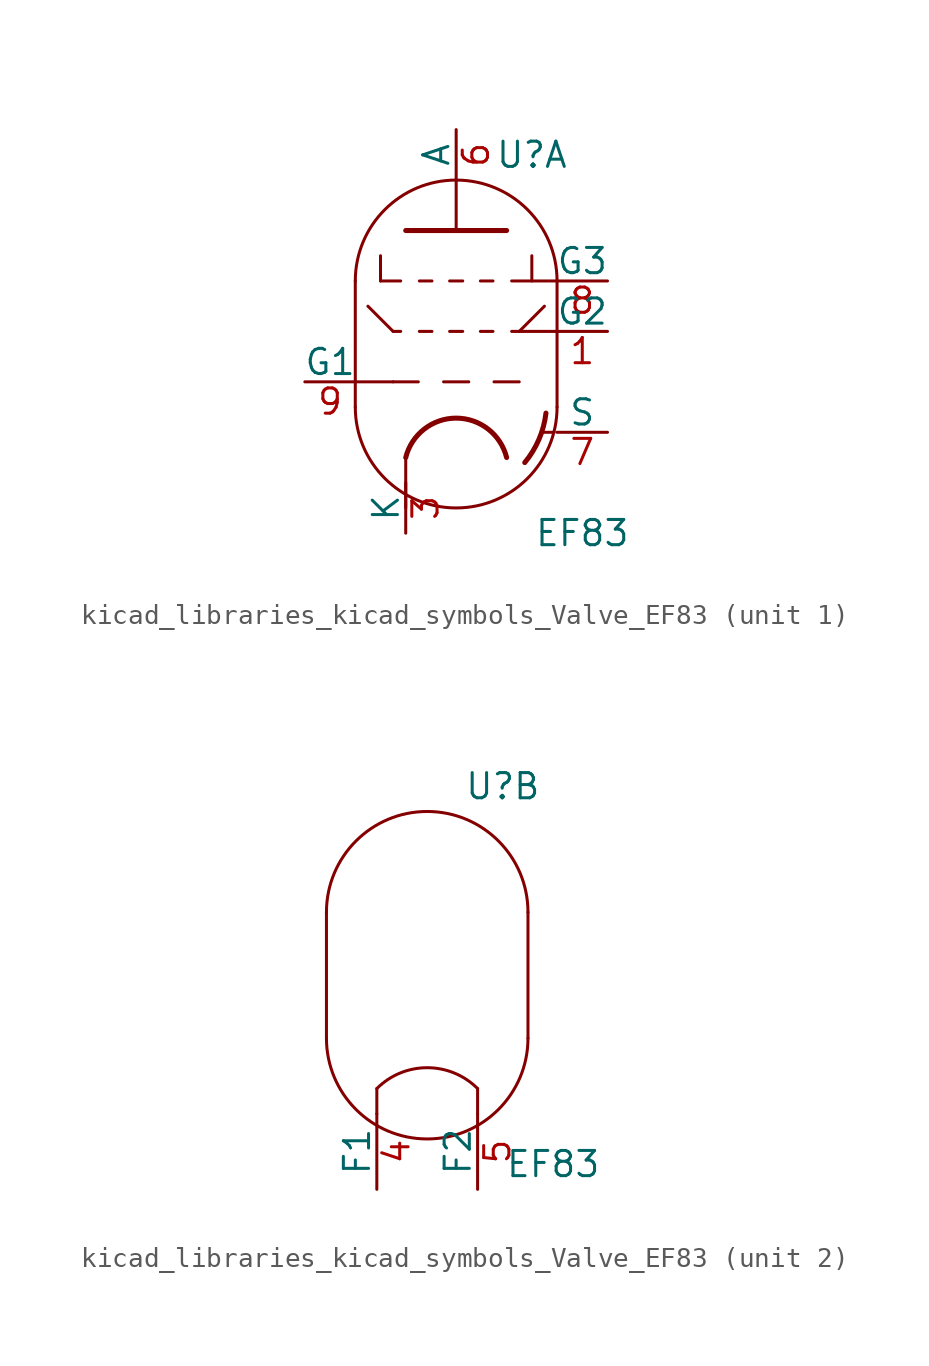
<source format=kicad_sym>
(kicad_symbol_lib
  (version 20220914)
  (generator kicad_symbol_editor)
  (symbol "kicad_libraries_kicad_symbols_Valve_EF83"
    (pin_names
      (offset 0))
    (property "Reference" "U"
      (at 3.81 10.16 0)
      (effects (font (size 1.27 1.27))))
    (property "Value" "EF83"
      (at 6.35 -8.89 0)
      (effects (font (size 1.27 1.27))))
    (property "ki_locked" ""
      (at 0 0 0)
      (effects (font (size 1.27 1.27))))
    (symbol "kicad_libraries_kicad_symbols_Valve_EF83_0_1"
      (arc (start -5.08 -2.54) (mid 0 -7.5979) (end 5.08 -2.54) (stroke (width 0) (type default)) (fill (type none)))
      (polyline (pts (xy -5.08 -2.54) (xy -5.08 3.81) (xy -5.08 3.81)) (stroke (width 0) (type default)) (fill (type none)))
      (polyline (pts (xy 5.08 -2.54) (xy 5.08 3.81) (xy 5.08 3.81)) (stroke (width 0) (type default)) (fill (type none)))
      (arc (start 5.08 3.81) (mid 0 8.8679) (end -5.08 3.81) (stroke (width 0) (type default)) (fill (type none))))
    (symbol "kicad_libraries_kicad_symbols_Valve_EF83_1_0"
      (polyline (pts (xy -2.54 -5.08) (xy -2.54 -7.62)) (stroke (width 0) (type default)) (fill (type none)))
      (polyline (pts (xy 4.318 -3.785) (xy 4.343 -3.81)) (stroke (width 0) (type default)) (fill (type none)))
      (polyline (pts (xy 4.928 -3.81) (xy 4.343 -3.81)) (stroke (width 0) (type default)) (fill (type none))))
    (symbol "kicad_libraries_kicad_symbols_Valve_EF83_1_1"
      (polyline (pts (xy -5.08 -1.27) (xy -3.175 -1.27)) (stroke (width 0) (type default)) (fill (type none)))
      (polyline (pts (xy -4.445 2.54) (xy -3.175 1.27)) (stroke (width 0.152) (type default)) (fill (type none)))
      (polyline (pts (xy -3.81 3.81) (xy -2.794 3.81)) (stroke (width 0.152) (type default)) (fill (type none)))
      (polyline (pts (xy -3.81 5.08) (xy -3.81 3.81)) (stroke (width 0.152) (type default)) (fill (type none)))
      (polyline (pts (xy -3.175 1.27) (xy -2.794 1.27)) (stroke (width 0.152) (type default)) (fill (type none)))
      (polyline (pts (xy -1.905 -1.27) (xy -3.175 -1.27)) (stroke (width 0.152) (type default)) (fill (type none)))
      (polyline (pts (xy -1.854 1.27) (xy -1.219 1.27)) (stroke (width 0.152) (type default)) (fill (type none)))
      (polyline (pts (xy -1.854 3.81) (xy -1.219 3.81)) (stroke (width 0.152) (type default)) (fill (type none)))
      (polyline (pts (xy -0.635 -1.27) (xy 0.635 -1.27)) (stroke (width 0.152) (type default)) (fill (type none)))
      (polyline (pts (xy -0.33 1.27) (xy 0.33 1.27)) (stroke (width 0.152) (type default)) (fill (type none)))
      (polyline (pts (xy -0.33 3.81) (xy 0.33 3.81)) (stroke (width 0.152) (type default)) (fill (type none)))
      (polyline (pts (xy 0 6.35) (xy 0 8.89)) (stroke (width 0) (type default)) (fill (type none)))
      (polyline (pts (xy 1.219 1.27) (xy 1.854 1.27)) (stroke (width 0.152) (type default)) (fill (type none)))
      (polyline (pts (xy 1.219 3.81) (xy 1.854 3.81)) (stroke (width 0.152) (type default)) (fill (type none)))
      (polyline (pts (xy 1.905 -1.27) (xy 3.175 -1.27)) (stroke (width 0.152) (type default)) (fill (type none)))
      (polyline (pts (xy 2.794 1.27) (xy 3.175 1.27)) (stroke (width 0.152) (type default)) (fill (type none)))
      (polyline (pts (xy 3.175 1.27) (xy 5.08 1.27)) (stroke (width 0) (type default)) (fill (type none)))
      (polyline (pts (xy 3.81 3.81) (xy 2.794 3.81)) (stroke (width 0.152) (type default)) (fill (type none)))
      (polyline (pts (xy 3.81 5.08) (xy 3.81 3.81)) (stroke (width 0.152) (type default)) (fill (type none)))
      (polyline (pts (xy 3.886 3.81) (xy 5.08 3.81)) (stroke (width 0) (type default)) (fill (type none)))
      (polyline (pts (xy 4.445 2.54) (xy 3.175 1.27)) (stroke (width 0.152) (type default)) (fill (type none)))
      (polyline (pts (xy -2.54 6.35) (xy 2.54 6.35) (xy 2.54 6.35)) (stroke (width 0.254) (type default)) (fill (type none)))
      (arc (start 2.54 -5.08) (mid 0 -3.0968) (end -2.54 -5.08) (stroke (width 0.254) (type default)) (fill (type none)))
      (arc (start 3.4544 -5.334) (mid 4.168 -4.168) (end 4.5212 -2.8448) (stroke (width 0.254) (type default)) (fill (type none)))
      (pin input line (at 7.62 1.27 180) (length 2.54) (name "G2" (effects (font (size 1.27 1.27)))) (number "1" (effects (font (size 1.27 1.27)))))
      (pin bidirectional line (at -2.54 -8.89 90) (length 2.54) (name "K" (effects (font (size 1.27 1.27)))) (number "3" (effects (font (size 1.27 1.27)))))
      (pin output line (at 0 11.43 270) (length 2.54) (name "A" (effects (font (size 1.27 1.27)))) (number "6" (effects (font (size 1.27 1.27)))))
      (pin input line (at 7.62 -3.81 180) (length 2.54) (name "S" (effects (font (size 1.27 1.27)))) (number "7" (effects (font (size 1.27 1.27)))))
      (pin input line (at 7.62 3.81 180) (length 2.54) (name "G3" (effects (font (size 1.27 1.27)))) (number "8" (effects (font (size 1.27 1.27)))))
      (pin input line (at -7.62 -1.27 0) (length 2.54) (name "G1" (effects (font (size 1.27 1.27)))) (number "9" (effects (font (size 1.27 1.27))))))
    (symbol "kicad_libraries_kicad_symbols_Valve_EF83_2_1"
      (polyline (pts (xy -2.54 -5.08) (xy -2.54 -6.35) (xy -2.54 -6.35)) (stroke (width 0) (type default)) (fill (type none)))
      (polyline (pts (xy 2.54 -5.08) (xy 2.54 -6.35) (xy 2.54 -6.35)) (stroke (width 0) (type default)) (fill (type none)))
      (arc (start 2.54 -5.08) (mid 0 -4.0279) (end -2.54 -5.08) (stroke (width 0) (type default)) (fill (type none)))
      (pin power_in line (at -2.54 -10.16 90) (length 3.81) (name "F1" (effects (font (size 1.27 1.27)))) (number "4" (effects (font (size 1.27 1.27)))))
      (pin power_in line (at 2.54 -10.16 90) (length 3.81) (name "F2" (effects (font (size 1.27 1.27)))) (number "5" (effects (font (size 1.27 1.27))))))))
</source>
